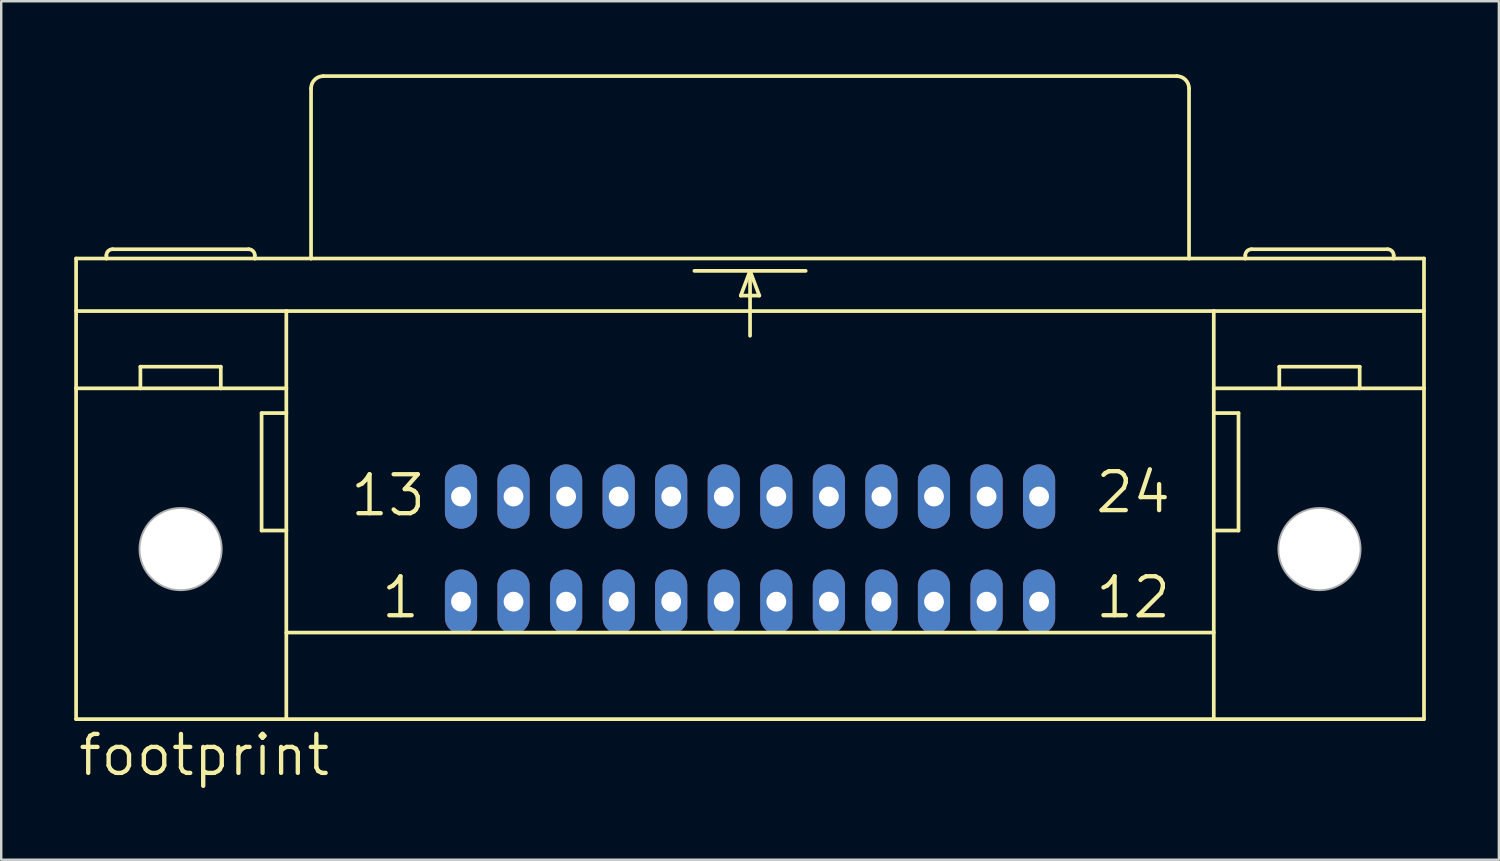
<source format=kicad_pcb>
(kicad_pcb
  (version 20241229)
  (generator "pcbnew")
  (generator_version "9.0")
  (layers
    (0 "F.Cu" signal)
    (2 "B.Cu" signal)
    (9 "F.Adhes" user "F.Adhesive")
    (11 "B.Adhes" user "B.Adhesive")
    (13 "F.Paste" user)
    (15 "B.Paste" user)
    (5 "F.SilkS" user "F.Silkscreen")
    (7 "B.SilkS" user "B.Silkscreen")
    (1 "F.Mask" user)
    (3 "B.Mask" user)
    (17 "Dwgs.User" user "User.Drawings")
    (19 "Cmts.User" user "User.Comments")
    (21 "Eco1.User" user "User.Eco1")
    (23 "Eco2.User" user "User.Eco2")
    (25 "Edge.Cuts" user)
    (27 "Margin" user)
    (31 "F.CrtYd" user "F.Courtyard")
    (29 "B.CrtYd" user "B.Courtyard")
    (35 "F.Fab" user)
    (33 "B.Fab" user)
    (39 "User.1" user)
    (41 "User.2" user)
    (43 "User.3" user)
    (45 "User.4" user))
  (footprint "footprint"
    (layer "F.Cu")
    (at 27.762 19.507)
    (property "Reference" "footprint" (at -27.686 9.398 0) (layer "F.SilkS") (effects (font (size 1.6 1.6) (thickness 0.178)) (justify left bottom)))
    (fp_line (start -27.686 -11.938) (end -26.441 -11.938) (stroke (width 0.152) (type solid)) (layer "F.SilkS"))
    (fp_line (start -27.686 -9.779) (end -19.05 -9.779) (stroke (width 0.152) (type solid)) (layer "F.SilkS"))
    (fp_line (start -27.686 -6.604) (end -27.686 -11.938) (stroke (width 0.152) (type solid)) (layer "F.SilkS"))
    (fp_line (start -27.686 6.985) (end -27.686 -6.604) (stroke (width 0.152) (type solid)) (layer "F.SilkS"))
    (fp_line (start -27.686 6.985) (end -19.05 6.985) (stroke (width 0.152) (type solid)) (layer "F.SilkS"))
    (fp_line (start -26.441 -11.938) (end -26.441 -12.065) (stroke (width 0.152) (type solid)) (layer "F.SilkS"))
    (fp_line (start -26.441 -11.938) (end -20.345 -11.938) (stroke (width 0.152) (type solid)) (layer "F.SilkS"))
    (fp_line (start -25.044 -6.604) (end -27.686 -6.604) (stroke (width 0.152) (type solid)) (layer "F.SilkS"))
    (fp_line (start -25.044 -6.604) (end -25.044 -7.493) (stroke (width 0.152) (type solid)) (layer "F.SilkS"))
    (fp_line (start -21.742 -7.493) (end -25.044 -7.493) (stroke (width 0.152) (type solid)) (layer "F.SilkS"))
    (fp_line (start -21.742 -6.604) (end -25.044 -6.604) (stroke (width 0.152) (type solid)) (layer "F.SilkS"))
    (fp_line (start -21.742 -6.604) (end -21.742 -7.493) (stroke (width 0.152) (type solid)) (layer "F.SilkS"))
    (fp_line (start -20.599 -12.319) (end -26.187 -12.319) (stroke (width 0.152) (type solid)) (layer "F.SilkS"))
    (fp_line (start -20.345 -11.938) (end -20.345 -12.065) (stroke (width 0.152) (type solid)) (layer "F.SilkS"))
    (fp_line (start -20.345 -11.938) (end -18.034 -11.938) (stroke (width 0.152) (type solid)) (layer "F.SilkS"))
    (fp_line (start -20.066 -5.588) (end -20.066 -0.762) (stroke (width 0.152) (type solid)) (layer "F.SilkS"))
    (fp_line (start -20.066 -0.762) (end -19.05 -0.762) (stroke (width 0.152) (type solid)) (layer "F.SilkS"))
    (fp_line (start -19.05 -9.779) (end 19.05 -9.779) (stroke (width 0.152) (type solid)) (layer "F.SilkS"))
    (fp_line (start -19.05 -6.604) (end -21.742 -6.604) (stroke (width 0.152) (type solid)) (layer "F.SilkS"))
    (fp_line (start -19.05 -6.604) (end -19.05 -9.779) (stroke (width 0.152) (type solid)) (layer "F.SilkS"))
    (fp_line (start -19.05 -5.588) (end -20.066 -5.588) (stroke (width 0.152) (type solid)) (layer "F.SilkS"))
    (fp_line (start -19.05 -5.588) (end -19.05 -6.604) (stroke (width 0.152) (type solid)) (layer "F.SilkS"))
    (fp_line (start -19.05 -0.762) (end -19.05 -5.588) (stroke (width 0.152) (type solid)) (layer "F.SilkS"))
    (fp_line (start -19.05 3.429) (end 19.05 3.429) (stroke (width 0.152) (type solid)) (layer "F.SilkS"))
    (fp_line (start -19.05 6.985) (end -19.05 -0.762) (stroke (width 0.152) (type solid)) (layer "F.SilkS"))
    (fp_line (start -19.05 6.985) (end 19.05 6.985) (stroke (width 0.152) (type solid)) (layer "F.SilkS"))
    (fp_line (start -18.034 -11.938) (end -18.034 -18.923) (stroke (width 0.152) (type solid)) (layer "F.SilkS"))
    (fp_line (start -18.034 -11.938) (end 18.034 -11.938) (stroke (width 0.152) (type solid)) (layer "F.SilkS"))
    (fp_line (start -17.526 -19.431) (end 17.526 -19.431) (stroke (width 0.152) (type solid)) (layer "F.SilkS"))
    (fp_line (start -2.286 -11.43) (end 0 -11.43) (stroke (width 0.152) (type solid)) (layer "F.SilkS"))
    (fp_line (start -0.381 -10.414) (end 0.381 -10.414) (stroke (width 0.152) (type solid)) (layer "F.SilkS"))
    (fp_line (start 0 -11.43) (end -0.381 -10.414) (stroke (width 0.152) (type solid)) (layer "F.SilkS"))
    (fp_line (start 0 -11.43) (end 0 -8.763) (stroke (width 0.152) (type solid)) (layer "F.SilkS"))
    (fp_line (start 0 -11.43) (end 2.286 -11.43) (stroke (width 0.152) (type solid)) (layer "F.SilkS"))
    (fp_line (start 0.381 -10.414) (end 0 -11.43) (stroke (width 0.152) (type solid)) (layer "F.SilkS"))
    (fp_line (start 18.034 -11.938) (end 18.034 -18.923) (stroke (width 0.152) (type solid)) (layer "F.SilkS"))
    (fp_line (start 18.034 -11.938) (end 20.345 -11.938) (stroke (width 0.152) (type solid)) (layer "F.SilkS"))
    (fp_line (start 19.05 -9.779) (end 27.686 -9.779) (stroke (width 0.152) (type solid)) (layer "F.SilkS"))
    (fp_line (start 19.05 -6.604) (end 19.05 -9.779) (stroke (width 0.152) (type solid)) (layer "F.SilkS"))
    (fp_line (start 19.05 -6.604) (end 21.742 -6.604) (stroke (width 0.152) (type solid)) (layer "F.SilkS"))
    (fp_line (start 19.05 -5.588) (end 19.05 -6.604) (stroke (width 0.152) (type solid)) (layer "F.SilkS"))
    (fp_line (start 19.05 -5.588) (end 20.066 -5.588) (stroke (width 0.152) (type solid)) (layer "F.SilkS"))
    (fp_line (start 19.05 -0.762) (end 19.05 -5.588) (stroke (width 0.152) (type solid)) (layer "F.SilkS"))
    (fp_line (start 19.05 6.985) (end 19.05 -0.762) (stroke (width 0.152) (type solid)) (layer "F.SilkS"))
    (fp_line (start 19.05 6.985) (end 27.686 6.985) (stroke (width 0.152) (type solid)) (layer "F.SilkS"))
    (fp_line (start 20.066 -5.588) (end 20.066 -0.762) (stroke (width 0.152) (type solid)) (layer "F.SilkS"))
    (fp_line (start 20.066 -0.762) (end 19.05 -0.762) (stroke (width 0.152) (type solid)) (layer "F.SilkS"))
    (fp_line (start 20.345 -11.938) (end 20.345 -12.065) (stroke (width 0.152) (type solid)) (layer "F.SilkS"))
    (fp_line (start 20.345 -11.938) (end 26.441 -11.938) (stroke (width 0.152) (type solid)) (layer "F.SilkS"))
    (fp_line (start 20.599 -12.319) (end 26.187 -12.319) (stroke (width 0.152) (type solid)) (layer "F.SilkS"))
    (fp_line (start 21.742 -7.493) (end 25.044 -7.493) (stroke (width 0.152) (type solid)) (layer "F.SilkS"))
    (fp_line (start 21.742 -6.604) (end 21.742 -7.493) (stroke (width 0.152) (type solid)) (layer "F.SilkS"))
    (fp_line (start 21.742 -6.604) (end 25.044 -6.604) (stroke (width 0.152) (type solid)) (layer "F.SilkS"))
    (fp_line (start 25.044 -6.604) (end 25.044 -7.493) (stroke (width 0.152) (type solid)) (layer "F.SilkS"))
    (fp_line (start 25.044 -6.604) (end 27.686 -6.604) (stroke (width 0.152) (type solid)) (layer "F.SilkS"))
    (fp_line (start 26.441 -11.938) (end 26.441 -12.065) (stroke (width 0.152) (type solid)) (layer "F.SilkS"))
    (fp_line (start 26.441 -11.938) (end 27.686 -11.938) (stroke (width 0.152) (type solid)) (layer "F.SilkS"))
    (fp_line (start 27.686 -11.938) (end 27.686 -6.604) (stroke (width 0.152) (type solid)) (layer "F.SilkS"))
    (fp_line (start 27.686 -6.604) (end 27.686 6.985) (stroke (width 0.152) (type solid)) (layer "F.SilkS"))
    (fp_arc (start -26.4414 -12.065) (mid -26.367005 -12.244605) (end -26.1874 -12.319) (stroke (width 0.1524) (type solid)) (layer "F.SilkS"))
    (fp_arc (start -20.5994 -12.319) (mid -20.419795 -12.244605) (end -20.3454 -12.065) (stroke (width 0.1524) (type solid)) (layer "F.SilkS"))
    (fp_arc (start -18.034 -18.923) (mid -17.88521 -19.28221) (end -17.526 -19.431) (stroke (width 0.1524) (type solid)) (layer "F.SilkS"))
    (fp_arc (start 17.526 -19.431) (mid 17.88521 -19.28221) (end 18.034 -18.923) (stroke (width 0.1524) (type solid)) (layer "F.SilkS"))
    (fp_arc (start 20.3454 -12.065) (mid 20.419795 -12.244605) (end 20.5994 -12.319) (stroke (width 0.1524) (type solid)) (layer "F.SilkS"))
    (fp_arc (start 26.1874 -12.319) (mid 26.367005 -12.244605) (end 26.4414 -12.065) (stroke (width 0.1524) (type solid)) (layer "F.SilkS"))
    (fp_circle (center -23.393 0) (end -21.742 0) (stroke (width 0.152) (type solid)) (fill no) (layer "F.Fab"))
    (fp_circle (center 23.393 0) (end 25.044 0) (stroke (width 0.152) (type solid)) (fill no) (layer "F.Fab"))
    (fp_text user "24" (at 14.097 -1.397 0) (layer "F.SilkS") (effects (font (size 1.6 1.6) (thickness 0.178)) (justify left bottom)))
    (fp_text user "1" (at -15.24 2.921 0) (layer "F.SilkS") (effects (font (size 1.6 1.6) (thickness 0.178)) (justify left bottom)))
    (fp_text user "12" (at 14.097 2.921 0) (layer "F.SilkS") (effects (font (size 1.6 1.6) (thickness 0.178)) (justify left bottom)))
    (fp_text user "13" (at -16.51 -1.27 0) (layer "F.SilkS") (effects (font (size 1.6 1.6) (thickness 0.178)) (justify left bottom)))
    (pad "" np_thru_hole circle (at -23.393 0) (size 3.302 3.302) (drill 3.302) (layers "*.Cu" "*.Mask"))
    (pad "" np_thru_hole circle (at 23.393 0) (size 3.302 3.302) (drill 3.302) (layers "*.Cu" "*.Mask"))
    (pad "1" thru_hole oval (at -11.874 2.159 90) (size 2.642 1.321) (drill 0.813) (layers "*.Cu" "*.Mask"))
    (pad "2" thru_hole oval (at -9.716 2.159 90) (size 2.642 1.321) (drill 0.813) (layers "*.Cu" "*.Mask"))
    (pad "3" thru_hole oval (at -7.556 2.159 90) (size 2.642 1.321) (drill 0.813) (layers "*.Cu" "*.Mask"))
    (pad "4" thru_hole oval (at -5.397 2.159 90) (size 2.642 1.321) (drill 0.813) (layers "*.Cu" "*.Mask"))
    (pad "5" thru_hole oval (at -3.239 2.159 90) (size 2.642 1.321) (drill 0.813) (layers "*.Cu" "*.Mask"))
    (pad "6" thru_hole oval (at -1.079 2.159 90) (size 2.642 1.321) (drill 0.813) (layers "*.Cu" "*.Mask"))
    (pad "7" thru_hole oval (at 1.079 2.159 90) (size 2.642 1.321) (drill 0.813) (layers "*.Cu" "*.Mask"))
    (pad "8" thru_hole oval (at 3.239 2.159 90) (size 2.642 1.321) (drill 0.813) (layers "*.Cu" "*.Mask"))
    (pad "9" thru_hole oval (at 5.397 2.159 90) (size 2.642 1.321) (drill 0.813) (layers "*.Cu" "*.Mask"))
    (pad "10" thru_hole oval (at 7.556 2.159 90) (size 2.642 1.321) (drill 0.813) (layers "*.Cu" "*.Mask"))
    (pad "11" thru_hole oval (at 9.716 2.159 90) (size 2.642 1.321) (drill 0.813) (layers "*.Cu" "*.Mask"))
    (pad "12" thru_hole oval (at 11.874 2.159 90) (size 2.642 1.321) (drill 0.813) (layers "*.Cu" "*.Mask"))
    (pad "13" thru_hole oval (at -11.874 -2.159 90) (size 2.642 1.321) (drill 0.813) (layers "*.Cu" "*.Mask"))
    (pad "14" thru_hole oval (at -9.716 -2.159 90) (size 2.642 1.321) (drill 0.813) (layers "*.Cu" "*.Mask"))
    (pad "15" thru_hole oval (at -7.556 -2.159 90) (size 2.642 1.321) (drill 0.813) (layers "*.Cu" "*.Mask"))
    (pad "16" thru_hole oval (at -5.397 -2.159 90) (size 2.642 1.321) (drill 0.813) (layers "*.Cu" "*.Mask"))
    (pad "17" thru_hole oval (at -3.239 -2.159 90) (size 2.642 1.321) (drill 0.813) (layers "*.Cu" "*.Mask"))
    (pad "18" thru_hole oval (at -1.079 -2.159 90) (size 2.642 1.321) (drill 0.813) (layers "*.Cu" "*.Mask"))
    (pad "19" thru_hole oval (at 1.079 -2.159 90) (size 2.642 1.321) (drill 0.813) (layers "*.Cu" "*.Mask"))
    (pad "20" thru_hole oval (at 3.239 -2.159 90) (size 2.642 1.321) (drill 0.813) (layers "*.Cu" "*.Mask"))
    (pad "21" thru_hole oval (at 5.397 -2.159 90) (size 2.642 1.321) (drill 0.813) (layers "*.Cu" "*.Mask"))
    (pad "22" thru_hole oval (at 7.556 -2.159 90) (size 2.642 1.321) (drill 0.813) (layers "*.Cu" "*.Mask"))
    (pad "23" thru_hole oval (at 9.716 -2.159 90) (size 2.642 1.321) (drill 0.813) (layers "*.Cu" "*.Mask"))
    (pad "24" thru_hole oval (at 11.874 -2.159 90) (size 2.642 1.321) (drill 0.813) (layers "*.Cu" "*.Mask"))
    (zone (net_name "") (layers "F.Cu" "B.Cu") (hatch edge 0.508) (connect_pads) (min_thickness 0.254) (filled_areas_thickness no) (keepout (tracks allowed) (vias not_allowed) (pads allowed) (copperpour allowed) (footprints allowed)) (placement (enabled no)) (fill) (polygon (pts (xy 7.417 19.507) (xy 7.37 18.978) (xy 7.233 18.465) (xy 7.008 17.983) (xy 6.704 17.548) (xy 6.328 17.172) (xy 5.893 16.868) (xy 5.411 16.643) (xy 4.898 16.506) (xy 4.369 16.459) (xy 3.84 16.506) (xy 3.326 16.643) (xy 2.845 16.868) (xy 2.41 17.172) (xy 2.034 17.548) (xy 1.729 17.983) (xy 1.505 18.465) (xy 1.367 18.978) (xy 1.321 19.507) (xy 1.367 20.036) (xy 1.505 20.55) (xy 1.729 21.031) (xy 2.034 21.466) (xy 2.41 21.842) (xy 2.845 22.147) (xy 3.326 22.371) (xy 3.84 22.509) (xy 4.369 22.555) (xy 4.898 22.509) (xy 5.411 22.371) (xy 5.893 22.147) (xy 6.328 21.842) (xy 6.704 21.466) (xy 7.008 21.031) (xy 7.233 20.55) (xy 7.37 20.036))))
    (zone (net_name "") (layers "F.Cu" "B.Cu") (hatch edge 0.508) (connect_pads) (min_thickness 0.254) (filled_areas_thickness no) (keepout (tracks allowed) (vias not_allowed) (pads allowed) (copperpour allowed) (footprints allowed)) (placement (enabled no)) (fill) (polygon (pts (xy 54.204 19.507) (xy 54.157 18.978) (xy 54.02 18.465) (xy 53.795 17.983) (xy 53.491 17.548) (xy 53.115 17.172) (xy 52.68 16.868) (xy 52.198 16.643) (xy 51.685 16.506) (xy 51.156 16.459) (xy 50.626 16.506) (xy 50.113 16.643) (xy 49.632 16.868) (xy 49.196 17.172) (xy 48.821 17.548) (xy 48.516 17.983) (xy 48.291 18.465) (xy 48.154 18.978) (xy 48.108 19.507) (xy 48.154 20.036) (xy 48.291 20.55) (xy 48.516 21.031) (xy 48.821 21.466) (xy 49.196 21.842) (xy 49.632 22.147) (xy 50.113 22.371) (xy 50.626 22.509) (xy 51.156 22.555) (xy 51.685 22.509) (xy 52.198 22.371) (xy 52.68 22.147) (xy 53.115 21.842) (xy 53.491 21.466) (xy 53.795 21.031) (xy 54.02 20.55) (xy 54.157 20.036))))
    (zone (net_name "") (layer "B.Cu") (hatch edge 0.508) (connect_pads) (min_thickness 0.254) (filled_areas_thickness no) (keepout (tracks not_allowed) (vias not_allowed) (pads not_allowed) (copperpour not_allowed) (footprints allowed)) (placement (enabled no)) (fill) (polygon (pts (xy 7.417 19.507) (xy 7.37 18.978) (xy 7.233 18.465) (xy 7.008 17.983) (xy 6.704 17.548) (xy 6.328 17.172) (xy 5.893 16.868) (xy 5.411 16.643) (xy 4.898 16.506) (xy 4.369 16.459) (xy 3.84 16.506) (xy 3.326 16.643) (xy 2.845 16.868) (xy 2.41 17.172) (xy 2.034 17.548) (xy 1.729 17.983) (xy 1.505 18.465) (xy 1.367 18.978) (xy 1.321 19.507) (xy 1.367 20.036) (xy 1.505 20.55) (xy 1.729 21.031) (xy 2.034 21.466) (xy 2.41 21.842) (xy 2.845 22.147) (xy 3.326 22.371) (xy 3.84 22.509) (xy 4.369 22.555) (xy 4.898 22.509) (xy 5.411 22.371) (xy 5.893 22.147) (xy 6.328 21.842) (xy 6.704 21.466) (xy 7.008 21.031) (xy 7.233 20.55) (xy 7.37 20.036))))
    (zone (net_name "") (layer "B.Cu") (hatch edge 0.508) (connect_pads) (min_thickness 0.254) (filled_areas_thickness no) (keepout (tracks not_allowed) (vias not_allowed) (pads not_allowed) (copperpour not_allowed) (footprints allowed)) (placement (enabled no)) (fill) (polygon (pts (xy 54.204 19.507) (xy 54.157 18.978) (xy 54.02 18.465) (xy 53.795 17.983) (xy 53.491 17.548) (xy 53.115 17.172) (xy 52.68 16.868) (xy 52.198 16.643) (xy 51.685 16.506) (xy 51.156 16.459) (xy 50.626 16.506) (xy 50.113 16.643) (xy 49.632 16.868) (xy 49.196 17.172) (xy 48.821 17.548) (xy 48.516 17.983) (xy 48.291 18.465) (xy 48.154 18.978) (xy 48.108 19.507) (xy 48.154 20.036) (xy 48.291 20.55) (xy 48.516 21.031) (xy 48.821 21.466) (xy 49.196 21.842) (xy 49.632 22.147) (xy 50.113 22.371) (xy 50.626 22.509) (xy 51.156 22.555) (xy 51.685 22.509) (xy 52.198 22.371) (xy 52.68 22.147) (xy 53.115 21.842) (xy 53.491 21.466) (xy 53.795 21.031) (xy 54.02 20.55) (xy 54.157 20.036)))))
  (gr_rect
    (start -3 -3)
    (end 58.524 32.268)
    (stroke (width 0.1) (type default))
    (fill no)
    (layer "Edge.Cuts")))
</source>
